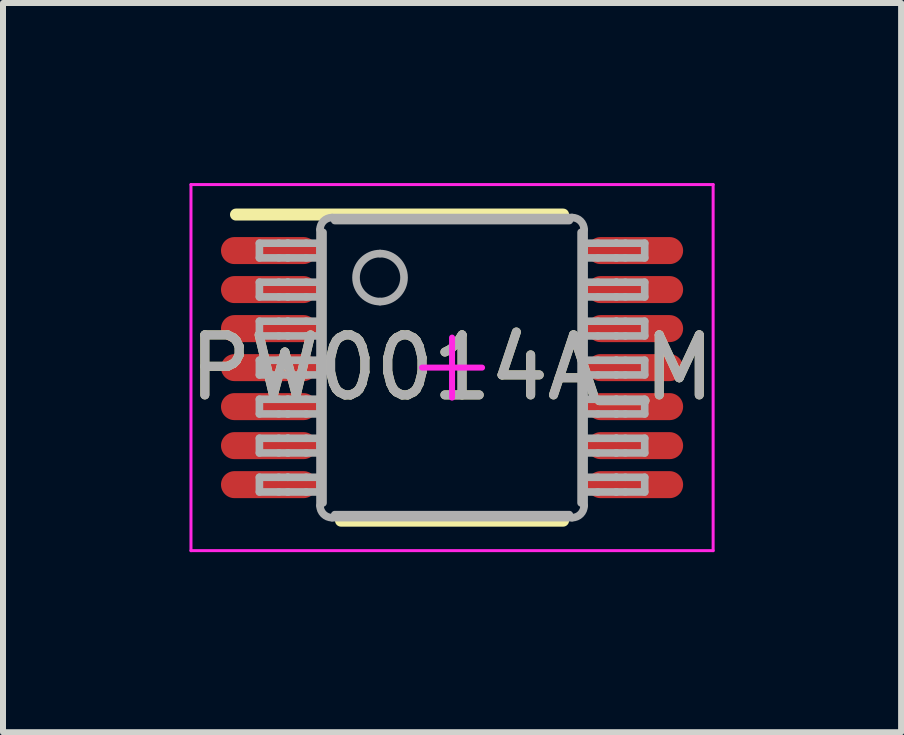
<source format=kicad_pcb>
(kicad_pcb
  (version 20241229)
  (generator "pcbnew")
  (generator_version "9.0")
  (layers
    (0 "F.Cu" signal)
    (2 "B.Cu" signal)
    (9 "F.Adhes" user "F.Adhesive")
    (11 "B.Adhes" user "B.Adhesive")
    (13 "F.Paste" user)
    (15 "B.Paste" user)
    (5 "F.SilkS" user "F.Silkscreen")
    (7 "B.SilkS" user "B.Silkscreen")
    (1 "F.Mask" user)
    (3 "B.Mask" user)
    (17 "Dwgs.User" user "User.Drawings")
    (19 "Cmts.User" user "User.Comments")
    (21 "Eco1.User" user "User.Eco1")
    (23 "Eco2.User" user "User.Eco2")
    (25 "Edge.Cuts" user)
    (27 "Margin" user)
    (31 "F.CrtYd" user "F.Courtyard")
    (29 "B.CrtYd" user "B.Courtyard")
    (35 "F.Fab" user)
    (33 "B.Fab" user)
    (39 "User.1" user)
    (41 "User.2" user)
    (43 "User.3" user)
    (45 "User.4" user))
  (footprint "PW0014A_M"
    (layer "F.Cu")
    (at 4.482 3.075)
    (property "Reference" "PW0014A_M" (at 0 0 0) (unlocked yes) (layer "F.SilkS") (effects (font (size 1 1) (thickness 0.15))))
    (attr smd)
    (fp_line (start -3.6 -2.55) (end 1.85 -2.55) (stroke (width 0.2) (type solid)) (layer "F.SilkS"))
    (fp_line (start -1.85 2.55) (end 1.85 2.55) (stroke (width 0.2) (type solid)) (layer "F.SilkS"))
    (fp_line (start -4.35 -3.05) (end 4.35 -3.05) (stroke (width 0.05) (type solid)) (layer "F.CrtYd"))
    (fp_line (start -4.35 3.05) (end -4.35 -3.05) (stroke (width 0.05) (type solid)) (layer "F.CrtYd"))
    (fp_line (start -4.35 3.05) (end 4.35 3.05) (stroke (width 0.05) (type solid)) (layer "F.CrtYd"))
    (fp_line (start -0.5 0) (end 0.5 0) (stroke (width 0.1) (type solid)) (layer "F.CrtYd"))
    (fp_line (start -0.000003 0.5) (end -0.000003 -0.5) (stroke (width 0.1) (type solid)) (layer "F.CrtYd"))
    (fp_line (start 4.35 3.05) (end 4.35 -3.05) (stroke (width 0.05) (type solid)) (layer "F.CrtYd"))
    (fp_line (start -3.21 -2.073) (end -2.887 -2.073) (stroke (width 0.127) (type solid)) (layer "F.Fab"))
    (fp_line (start -3.21 -1.828) (end -3.21 -2.073) (stroke (width 0.127) (type solid)) (layer "F.Fab"))
    (fp_line (start -3.21 -1.828) (end -2.887 -1.828) (stroke (width 0.127) (type solid)) (layer "F.Fab"))
    (fp_line (start -3.21 -1.423) (end -2.887 -1.423) (stroke (width 0.127) (type solid)) (layer "F.Fab"))
    (fp_line (start -3.21 -1.178) (end -3.21 -1.423) (stroke (width 0.127) (type solid)) (layer "F.Fab"))
    (fp_line (start -3.21 -1.178) (end -2.887 -1.178) (stroke (width 0.127) (type solid)) (layer "F.Fab"))
    (fp_line (start -3.21 -0.773) (end -2.887 -0.773) (stroke (width 0.127) (type solid)) (layer "F.Fab"))
    (fp_line (start -3.21 -0.528) (end -3.21 -0.773) (stroke (width 0.127) (type solid)) (layer "F.Fab"))
    (fp_line (start -3.21 -0.528) (end -2.887 -0.528) (stroke (width 0.127) (type solid)) (layer "F.Fab"))
    (fp_line (start -3.21 -0.123) (end -2.887 -0.123) (stroke (width 0.127) (type solid)) (layer "F.Fab"))
    (fp_line (start -3.21 0.122) (end -3.21 -0.123) (stroke (width 0.127) (type solid)) (layer "F.Fab"))
    (fp_line (start -3.21 0.122) (end -2.887 0.122) (stroke (width 0.127) (type solid)) (layer "F.Fab"))
    (fp_line (start -3.21 0.527) (end -2.887 0.527) (stroke (width 0.127) (type solid)) (layer "F.Fab"))
    (fp_line (start -3.21 0.772) (end -3.21 0.527) (stroke (width 0.127) (type solid)) (layer "F.Fab"))
    (fp_line (start -3.21 0.772) (end -2.887 0.772) (stroke (width 0.127) (type solid)) (layer "F.Fab"))
    (fp_line (start -3.21 1.177) (end -2.887 1.177) (stroke (width 0.127) (type solid)) (layer "F.Fab"))
    (fp_line (start -3.21 1.422) (end -3.21 1.177) (stroke (width 0.127) (type solid)) (layer "F.Fab"))
    (fp_line (start -3.21 1.422) (end -2.887 1.422) (stroke (width 0.127) (type solid)) (layer "F.Fab"))
    (fp_line (start -3.21 1.827) (end -2.887 1.827) (stroke (width 0.127) (type solid)) (layer "F.Fab"))
    (fp_line (start -3.21 2.072) (end -3.21 1.827) (stroke (width 0.127) (type solid)) (layer "F.Fab"))
    (fp_line (start -3.21 2.072) (end -2.887 2.072) (stroke (width 0.127) (type solid)) (layer "F.Fab"))
    (fp_line (start -2.887 -2.073) (end -2.739 -2.073) (stroke (width 0.127) (type solid)) (layer "F.Fab"))
    (fp_line (start -2.887 -1.828) (end -2.739 -1.828) (stroke (width 0.127) (type solid)) (layer "F.Fab"))
    (fp_line (start -2.887 -1.423) (end -2.739 -1.423) (stroke (width 0.127) (type solid)) (layer "F.Fab"))
    (fp_line (start -2.887 -1.178) (end -2.739 -1.178) (stroke (width 0.127) (type solid)) (layer "F.Fab"))
    (fp_line (start -2.887 -0.773) (end -2.739 -0.773) (stroke (width 0.127) (type solid)) (layer "F.Fab"))
    (fp_line (start -2.887 -0.528) (end -2.739 -0.528) (stroke (width 0.127) (type solid)) (layer "F.Fab"))
    (fp_line (start -2.887 -0.123) (end -2.739 -0.123) (stroke (width 0.127) (type solid)) (layer "F.Fab"))
    (fp_line (start -2.887 0.122) (end -2.739 0.122) (stroke (width 0.127) (type solid)) (layer "F.Fab"))
    (fp_line (start -2.887 0.527) (end -2.739 0.527) (stroke (width 0.127) (type solid)) (layer "F.Fab"))
    (fp_line (start -2.887 0.772) (end -2.739 0.772) (stroke (width 0.127) (type solid)) (layer "F.Fab"))
    (fp_line (start -2.887 1.177) (end -2.739 1.177) (stroke (width 0.127) (type solid)) (layer "F.Fab"))
    (fp_line (start -2.887 1.422) (end -2.739 1.422) (stroke (width 0.127) (type solid)) (layer "F.Fab"))
    (fp_line (start -2.887 1.827) (end -2.739 1.827) (stroke (width 0.127) (type solid)) (layer "F.Fab"))
    (fp_line (start -2.887 2.072) (end -2.739 2.072) (stroke (width 0.127) (type solid)) (layer "F.Fab"))
    (fp_line (start -2.739 -2.073) (end -2.733 -2.073) (stroke (width 0.127) (type solid)) (layer "F.Fab"))
    (fp_line (start -2.739 -1.828) (end -2.733 -1.828) (stroke (width 0.127) (type solid)) (layer "F.Fab"))
    (fp_line (start -2.739 -1.423) (end -2.733 -1.423) (stroke (width 0.127) (type solid)) (layer "F.Fab"))
    (fp_line (start -2.739 -1.178) (end -2.733 -1.178) (stroke (width 0.127) (type solid)) (layer "F.Fab"))
    (fp_line (start -2.739 -0.773) (end -2.733 -0.773) (stroke (width 0.127) (type solid)) (layer "F.Fab"))
    (fp_line (start -2.739 -0.528) (end -2.733 -0.528) (stroke (width 0.127) (type solid)) (layer "F.Fab"))
    (fp_line (start -2.739 -0.123) (end -2.733 -0.123) (stroke (width 0.127) (type solid)) (layer "F.Fab"))
    (fp_line (start -2.739 0.122) (end -2.733 0.122) (stroke (width 0.127) (type solid)) (layer "F.Fab"))
    (fp_line (start -2.739 0.527) (end -2.733 0.527) (stroke (width 0.127) (type solid)) (layer "F.Fab"))
    (fp_line (start -2.739 0.772) (end -2.733 0.772) (stroke (width 0.127) (type solid)) (layer "F.Fab"))
    (fp_line (start -2.739 1.177) (end -2.733 1.177) (stroke (width 0.127) (type solid)) (layer "F.Fab"))
    (fp_line (start -2.739 1.422) (end -2.733 1.422) (stroke (width 0.127) (type solid)) (layer "F.Fab"))
    (fp_line (start -2.739 1.827) (end -2.733 1.827) (stroke (width 0.127) (type solid)) (layer "F.Fab"))
    (fp_line (start -2.739 2.072) (end -2.733 2.072) (stroke (width 0.127) (type solid)) (layer "F.Fab"))
    (fp_line (start -2.733 -2.073) (end -2.431 -2.073) (stroke (width 0.127) (type solid)) (layer "F.Fab"))
    (fp_line (start -2.733 -1.828) (end -2.431 -1.828) (stroke (width 0.127) (type solid)) (layer "F.Fab"))
    (fp_line (start -2.733 -1.423) (end -2.431 -1.423) (stroke (width 0.127) (type solid)) (layer "F.Fab"))
    (fp_line (start -2.733 -1.178) (end -2.431 -1.178) (stroke (width 0.127) (type solid)) (layer "F.Fab"))
    (fp_line (start -2.733 -0.773) (end -2.431 -0.773) (stroke (width 0.127) (type solid)) (layer "F.Fab"))
    (fp_line (start -2.733 -0.528) (end -2.431 -0.528) (stroke (width 0.127) (type solid)) (layer "F.Fab"))
    (fp_line (start -2.733 -0.123) (end -2.431 -0.123) (stroke (width 0.127) (type solid)) (layer "F.Fab"))
    (fp_line (start -2.733 0.122) (end -2.431 0.122) (stroke (width 0.127) (type solid)) (layer "F.Fab"))
    (fp_line (start -2.733 0.527) (end -2.431 0.527) (stroke (width 0.127) (type solid)) (layer "F.Fab"))
    (fp_line (start -2.733 0.772) (end -2.431 0.772) (stroke (width 0.127) (type solid)) (layer "F.Fab"))
    (fp_line (start -2.733 1.177) (end -2.431 1.177) (stroke (width 0.127) (type solid)) (layer "F.Fab"))
    (fp_line (start -2.733 1.422) (end -2.431 1.422) (stroke (width 0.127) (type solid)) (layer "F.Fab"))
    (fp_line (start -2.733 1.827) (end -2.431 1.827) (stroke (width 0.127) (type solid)) (layer "F.Fab"))
    (fp_line (start -2.733 2.072) (end -2.431 2.072) (stroke (width 0.127) (type solid)) (layer "F.Fab"))
    (fp_line (start -2.431 -2.073) (end -2.2 -2.073) (stroke (width 0.127) (type solid)) (layer "F.Fab"))
    (fp_line (start -2.431 -1.828) (end -2.2 -1.828) (stroke (width 0.127) (type solid)) (layer "F.Fab"))
    (fp_line (start -2.431 -1.423) (end -2.2 -1.423) (stroke (width 0.127) (type solid)) (layer "F.Fab"))
    (fp_line (start -2.431 -1.178) (end -2.2 -1.178) (stroke (width 0.127) (type solid)) (layer "F.Fab"))
    (fp_line (start -2.431 -0.773) (end -2.2 -0.773) (stroke (width 0.127) (type solid)) (layer "F.Fab"))
    (fp_line (start -2.431 -0.528) (end -2.2 -0.528) (stroke (width 0.127) (type solid)) (layer "F.Fab"))
    (fp_line (start -2.431 -0.123) (end -2.2 -0.123) (stroke (width 0.127) (type solid)) (layer "F.Fab"))
    (fp_line (start -2.431 0.122) (end -2.2 0.122) (stroke (width 0.127) (type solid)) (layer "F.Fab"))
    (fp_line (start -2.431 0.527) (end -2.2 0.527) (stroke (width 0.127) (type solid)) (layer "F.Fab"))
    (fp_line (start -2.431 0.772) (end -2.2 0.772) (stroke (width 0.127) (type solid)) (layer "F.Fab"))
    (fp_line (start -2.431 1.177) (end -2.2 1.177) (stroke (width 0.127) (type solid)) (layer "F.Fab"))
    (fp_line (start -2.431 1.422) (end -2.2 1.422) (stroke (width 0.127) (type solid)) (layer "F.Fab"))
    (fp_line (start -2.431 1.827) (end -2.2 1.827) (stroke (width 0.127) (type solid)) (layer "F.Fab"))
    (fp_line (start -2.431 2.072) (end -2.2 2.072) (stroke (width 0.127) (type solid)) (layer "F.Fab"))
    (fp_line (start -2.2 -1.828) (end -2.2 -2.073) (stroke (width 0.127) (type solid)) (layer "F.Fab"))
    (fp_line (start -2.2 -1.178) (end -2.2 -1.423) (stroke (width 0.127) (type solid)) (layer "F.Fab"))
    (fp_line (start -2.2 -0.528) (end -2.2 -0.773) (stroke (width 0.127) (type solid)) (layer "F.Fab"))
    (fp_line (start -2.2 0.122) (end -2.2 -0.123) (stroke (width 0.127) (type solid)) (layer "F.Fab"))
    (fp_line (start -2.2 0.772) (end -2.2 0.527) (stroke (width 0.127) (type solid)) (layer "F.Fab"))
    (fp_line (start -2.2 1.422) (end -2.2 1.177) (stroke (width 0.127) (type solid)) (layer "F.Fab"))
    (fp_line (start -2.2 2.072) (end -2.2 1.827) (stroke (width 0.127) (type solid)) (layer "F.Fab"))
    (fp_line (start -2.2 2.3) (end -2.2 -2.3) (stroke (width 0.127) (type solid)) (layer "F.Fab"))
    (fp_line (start -2.15 2.254) (end -2.15 -2.254) (stroke (width 0.127) (type solid)) (layer "F.Fab"))
    (fp_line (start -2 -2.5) (end 2 -2.5) (stroke (width 0.127) (type solid)) (layer "F.Fab"))
    (fp_line (start -2 2.5) (end 2 2.5) (stroke (width 0.127) (type solid)) (layer "F.Fab"))
    (fp_line (start -1.954 -2.45) (end 1.954 -2.45) (stroke (width 0.127) (type solid)) (layer "F.Fab"))
    (fp_line (start -1.954 2.45) (end 1.954 2.45) (stroke (width 0.127) (type solid)) (layer "F.Fab"))
    (fp_line (start 2.15 2.254) (end 2.15 -2.254) (stroke (width 0.127) (type solid)) (layer "F.Fab"))
    (fp_line (start 2.2 -2.073) (end 2.43 -2.073) (stroke (width 0.127) (type solid)) (layer "F.Fab"))
    (fp_line (start 2.2 -1.828) (end 2.2 -2.073) (stroke (width 0.127) (type solid)) (layer "F.Fab"))
    (fp_line (start 2.2 -1.828) (end 2.43 -1.828) (stroke (width 0.127) (type solid)) (layer "F.Fab"))
    (fp_line (start 2.2 -1.423) (end 2.43 -1.423) (stroke (width 0.127) (type solid)) (layer "F.Fab"))
    (fp_line (start 2.2 -1.178) (end 2.2 -1.423) (stroke (width 0.127) (type solid)) (layer "F.Fab"))
    (fp_line (start 2.2 -1.178) (end 2.43 -1.178) (stroke (width 0.127) (type solid)) (layer "F.Fab"))
    (fp_line (start 2.2 -0.773) (end 2.43 -0.773) (stroke (width 0.127) (type solid)) (layer "F.Fab"))
    (fp_line (start 2.2 -0.528) (end 2.2 -0.773) (stroke (width 0.127) (type solid)) (layer "F.Fab"))
    (fp_line (start 2.2 -0.528) (end 2.43 -0.528) (stroke (width 0.127) (type solid)) (layer "F.Fab"))
    (fp_line (start 2.2 -0.123) (end 2.43 -0.123) (stroke (width 0.127) (type solid)) (layer "F.Fab"))
    (fp_line (start 2.2 0.122) (end 2.2 -0.123) (stroke (width 0.127) (type solid)) (layer "F.Fab"))
    (fp_line (start 2.2 0.122) (end 2.43 0.122) (stroke (width 0.127) (type solid)) (layer "F.Fab"))
    (fp_line (start 2.2 0.527) (end 2.43 0.527) (stroke (width 0.127) (type solid)) (layer "F.Fab"))
    (fp_line (start 2.2 0.772) (end 2.2 0.527) (stroke (width 0.127) (type solid)) (layer "F.Fab"))
    (fp_line (start 2.2 0.772) (end 2.43 0.772) (stroke (width 0.127) (type solid)) (layer "F.Fab"))
    (fp_line (start 2.2 1.177) (end 2.43 1.177) (stroke (width 0.127) (type solid)) (layer "F.Fab"))
    (fp_line (start 2.2 1.422) (end 2.2 1.177) (stroke (width 0.127) (type solid)) (layer "F.Fab"))
    (fp_line (start 2.2 1.422) (end 2.43 1.422) (stroke (width 0.127) (type solid)) (layer "F.Fab"))
    (fp_line (start 2.2 1.827) (end 2.43 1.827) (stroke (width 0.127) (type solid)) (layer "F.Fab"))
    (fp_line (start 2.2 2.072) (end 2.2 1.827) (stroke (width 0.127) (type solid)) (layer "F.Fab"))
    (fp_line (start 2.2 2.072) (end 2.43 2.072) (stroke (width 0.127) (type solid)) (layer "F.Fab"))
    (fp_line (start 2.2 2.3) (end 2.2 -2.3) (stroke (width 0.127) (type solid)) (layer "F.Fab"))
    (fp_line (start 2.43 -2.073) (end 2.733 -2.073) (stroke (width 0.127) (type solid)) (layer "F.Fab"))
    (fp_line (start 2.43 -1.828) (end 2.733 -1.828) (stroke (width 0.127) (type solid)) (layer "F.Fab"))
    (fp_line (start 2.43 -1.423) (end 2.733 -1.423) (stroke (width 0.127) (type solid)) (layer "F.Fab"))
    (fp_line (start 2.43 -1.178) (end 2.733 -1.178) (stroke (width 0.127) (type solid)) (layer "F.Fab"))
    (fp_line (start 2.43 -0.773) (end 2.733 -0.773) (stroke (width 0.127) (type solid)) (layer "F.Fab"))
    (fp_line (start 2.43 -0.528) (end 2.733 -0.528) (stroke (width 0.127) (type solid)) (layer "F.Fab"))
    (fp_line (start 2.43 -0.123) (end 2.733 -0.123) (stroke (width 0.127) (type solid)) (layer "F.Fab"))
    (fp_line (start 2.43 0.122) (end 2.733 0.122) (stroke (width 0.127) (type solid)) (layer "F.Fab"))
    (fp_line (start 2.43 0.527) (end 2.733 0.527) (stroke (width 0.127) (type solid)) (layer "F.Fab"))
    (fp_line (start 2.43 0.772) (end 2.733 0.772) (stroke (width 0.127) (type solid)) (layer "F.Fab"))
    (fp_line (start 2.43 1.177) (end 2.733 1.177) (stroke (width 0.127) (type solid)) (layer "F.Fab"))
    (fp_line (start 2.43 1.422) (end 2.733 1.422) (stroke (width 0.127) (type solid)) (layer "F.Fab"))
    (fp_line (start 2.43 1.827) (end 2.733 1.827) (stroke (width 0.127) (type solid)) (layer "F.Fab"))
    (fp_line (start 2.43 2.072) (end 2.733 2.072) (stroke (width 0.127) (type solid)) (layer "F.Fab"))
    (fp_line (start 2.733 -2.073) (end 2.739 -2.073) (stroke (width 0.127) (type solid)) (layer "F.Fab"))
    (fp_line (start 2.733 -1.828) (end 2.739 -1.828) (stroke (width 0.127) (type solid)) (layer "F.Fab"))
    (fp_line (start 2.733 -1.423) (end 2.739 -1.423) (stroke (width 0.127) (type solid)) (layer "F.Fab"))
    (fp_line (start 2.733 -1.178) (end 2.739 -1.178) (stroke (width 0.127) (type solid)) (layer "F.Fab"))
    (fp_line (start 2.733 -0.773) (end 2.739 -0.773) (stroke (width 0.127) (type solid)) (layer "F.Fab"))
    (fp_line (start 2.733 -0.528) (end 2.739 -0.528) (stroke (width 0.127) (type solid)) (layer "F.Fab"))
    (fp_line (start 2.733 -0.123) (end 2.739 -0.123) (stroke (width 0.127) (type solid)) (layer "F.Fab"))
    (fp_line (start 2.733 0.122) (end 2.739 0.122) (stroke (width 0.127) (type solid)) (layer "F.Fab"))
    (fp_line (start 2.733 0.527) (end 2.739 0.527) (stroke (width 0.127) (type solid)) (layer "F.Fab"))
    (fp_line (start 2.733 0.772) (end 2.739 0.772) (stroke (width 0.127) (type solid)) (layer "F.Fab"))
    (fp_line (start 2.733 1.177) (end 2.739 1.177) (stroke (width 0.127) (type solid)) (layer "F.Fab"))
    (fp_line (start 2.733 1.422) (end 2.739 1.422) (stroke (width 0.127) (type solid)) (layer "F.Fab"))
    (fp_line (start 2.733 1.827) (end 2.739 1.827) (stroke (width 0.127) (type solid)) (layer "F.Fab"))
    (fp_line (start 2.733 2.072) (end 2.739 2.072) (stroke (width 0.127) (type solid)) (layer "F.Fab"))
    (fp_line (start 2.739 -2.073) (end 2.887 -2.073) (stroke (width 0.127) (type solid)) (layer "F.Fab"))
    (fp_line (start 2.739 -1.828) (end 2.887 -1.828) (stroke (width 0.127) (type solid)) (layer "F.Fab"))
    (fp_line (start 2.739 -1.423) (end 2.887 -1.423) (stroke (width 0.127) (type solid)) (layer "F.Fab"))
    (fp_line (start 2.739 -1.178) (end 2.887 -1.178) (stroke (width 0.127) (type solid)) (layer "F.Fab"))
    (fp_line (start 2.739 -0.773) (end 2.887 -0.773) (stroke (width 0.127) (type solid)) (layer "F.Fab"))
    (fp_line (start 2.739 -0.528) (end 2.887 -0.528) (stroke (width 0.127) (type solid)) (layer "F.Fab"))
    (fp_line (start 2.739 -0.123) (end 2.887 -0.123) (stroke (width 0.127) (type solid)) (layer "F.Fab"))
    (fp_line (start 2.739 0.122) (end 2.887 0.122) (stroke (width 0.127) (type solid)) (layer "F.Fab"))
    (fp_line (start 2.739 0.527) (end 2.887 0.527) (stroke (width 0.127) (type solid)) (layer "F.Fab"))
    (fp_line (start 2.739 0.772) (end 2.887 0.772) (stroke (width 0.127) (type solid)) (layer "F.Fab"))
    (fp_line (start 2.739 1.177) (end 2.887 1.177) (stroke (width 0.127) (type solid)) (layer "F.Fab"))
    (fp_line (start 2.739 1.422) (end 2.887 1.422) (stroke (width 0.127) (type solid)) (layer "F.Fab"))
    (fp_line (start 2.739 1.827) (end 2.887 1.827) (stroke (width 0.127) (type solid)) (layer "F.Fab"))
    (fp_line (start 2.739 2.072) (end 2.887 2.072) (stroke (width 0.127) (type solid)) (layer "F.Fab"))
    (fp_line (start 2.887 -2.073) (end 3.21 -2.073) (stroke (width 0.127) (type solid)) (layer "F.Fab"))
    (fp_line (start 2.887 -1.828) (end 3.21 -1.828) (stroke (width 0.127) (type solid)) (layer "F.Fab"))
    (fp_line (start 2.887 -1.423) (end 3.21 -1.423) (stroke (width 0.127) (type solid)) (layer "F.Fab"))
    (fp_line (start 2.887 -1.178) (end 3.21 -1.178) (stroke (width 0.127) (type solid)) (layer "F.Fab"))
    (fp_line (start 2.887 -0.773) (end 3.21 -0.773) (stroke (width 0.127) (type solid)) (layer "F.Fab"))
    (fp_line (start 2.887 -0.528) (end 3.21 -0.528) (stroke (width 0.127) (type solid)) (layer "F.Fab"))
    (fp_line (start 2.887 -0.123) (end 3.21 -0.123) (stroke (width 0.127) (type solid)) (layer "F.Fab"))
    (fp_line (start 2.887 0.122) (end 3.21 0.122) (stroke (width 0.127) (type solid)) (layer "F.Fab"))
    (fp_line (start 2.887 0.527) (end 3.21 0.527) (stroke (width 0.127) (type solid)) (layer "F.Fab"))
    (fp_line (start 2.887 0.772) (end 3.21 0.772) (stroke (width 0.127) (type solid)) (layer "F.Fab"))
    (fp_line (start 2.887 1.177) (end 3.21 1.177) (stroke (width 0.127) (type solid)) (layer "F.Fab"))
    (fp_line (start 2.887 1.422) (end 3.21 1.422) (stroke (width 0.127) (type solid)) (layer "F.Fab"))
    (fp_line (start 2.887 1.827) (end 3.21 1.827) (stroke (width 0.127) (type solid)) (layer "F.Fab"))
    (fp_line (start 2.887 2.072) (end 3.21 2.072) (stroke (width 0.127) (type solid)) (layer "F.Fab"))
    (fp_line (start 3.21 -1.828) (end 3.21 -2.073) (stroke (width 0.127) (type solid)) (layer "F.Fab"))
    (fp_line (start 3.21 -1.178) (end 3.21 -1.423) (stroke (width 0.127) (type solid)) (layer "F.Fab"))
    (fp_line (start 3.21 -0.528) (end 3.21 -0.773) (stroke (width 0.127) (type solid)) (layer "F.Fab"))
    (fp_line (start 3.21 0.122) (end 3.21 -0.123) (stroke (width 0.127) (type solid)) (layer "F.Fab"))
    (fp_line (start 3.21 0.772) (end 3.21 0.527) (stroke (width 0.127) (type solid)) (layer "F.Fab"))
    (fp_line (start 3.21 1.422) (end 3.21 1.177) (stroke (width 0.127) (type solid)) (layer "F.Fab"))
    (fp_line (start 3.21 2.072) (end 3.21 1.827) (stroke (width 0.127) (type solid)) (layer "F.Fab"))
    (fp_arc (start -2.200001 -2.3) (mid -2.141422 -2.441421) (end -2.000001 -2.5) (stroke (width 0.127) (type solid)) (layer "F.Fab"))
    (fp_arc (start -2.000001 2.49999) (mid -2.141422 2.441412) (end -2.200001 2.29999) (stroke (width 0.127) (type solid)) (layer "F.Fab"))
    (fp_arc (start -1.200003 -1.900001) (mid -0.800003 -1.500002) (end -1.200003 -1.100003) (stroke (width 0.127) (type solid)) (layer "F.Fab"))
    (fp_arc (start -1.200003 -1.100003) (mid -1.600002 -1.500002) (end -1.200003 -1.900001) (stroke (width 0.127) (type solid)) (layer "F.Fab"))
    (fp_arc (start 1.999991 -2.5) (mid 2.141412 -2.441422) (end 2.199991 -2.3) (stroke (width 0.127) (type solid)) (layer "F.Fab"))
    (fp_arc (start 2.199991 2.29999) (mid 2.141412 2.441411) (end 1.999991 2.49999) (stroke (width 0.127) (type solid)) (layer "F.Fab"))
    (fp_text user "${REFERENCE}" (at 0 0 0) (unlocked yes) (layer "F.Fab") (effects (font (size 1 1) (thickness 0.15))))
    (pad "1" smd oval (at -3.05 -1.95 90) (size 0.45 1.6) (layers "F.Cu" "F.Mask" "F.Paste"))
    (pad "2" smd oval (at -3.05 -1.3 90) (size 0.45 1.6) (layers "F.Cu" "F.Mask" "F.Paste"))
    (pad "3" smd oval (at -3.05 -0.65 90) (size 0.45 1.6) (layers "F.Cu" "F.Mask" "F.Paste"))
    (pad "4" smd oval (at -3.05 0 90) (size 0.45 1.6) (layers "F.Cu" "F.Mask" "F.Paste"))
    (pad "5" smd oval (at -3.05 0.65 90) (size 0.45 1.6) (layers "F.Cu" "F.Mask" "F.Paste"))
    (pad "6" smd oval (at -3.05 1.3 90) (size 0.45 1.6) (layers "F.Cu" "F.Mask" "F.Paste"))
    (pad "7" smd oval (at -3.05 1.95 90) (size 0.45 1.6) (layers "F.Cu" "F.Mask" "F.Paste"))
    (pad "8" smd oval (at 3.05 1.95 90) (size 0.45 1.6) (layers "F.Cu" "F.Mask" "F.Paste"))
    (pad "9" smd oval (at 3.05 1.3 90) (size 0.45 1.6) (layers "F.Cu" "F.Mask" "F.Paste"))
    (pad "10" smd oval (at 3.05 0.65 90) (size 0.45 1.6) (layers "F.Cu" "F.Mask" "F.Paste"))
    (pad "11" smd oval (at 3.05 0 90) (size 0.45 1.6) (layers "F.Cu" "F.Mask" "F.Paste"))
    (pad "12" smd oval (at 3.05 -0.65 90) (size 0.45 1.6) (layers "F.Cu" "F.Mask" "F.Paste"))
    (pad "13" smd oval (at 3.05 -1.3 90) (size 0.45 1.6) (layers "F.Cu" "F.Mask" "F.Paste"))
    (pad "14" smd oval (at 3.05 -1.95 90) (size 0.45 1.6) (layers "F.Cu" "F.Mask" "F.Paste")))
  (gr_rect
    (start -3 -3)
    (end 11.964 9.15)
    (stroke (width 0.1) (type default))
    (fill no)
    (layer "Edge.Cuts")))
</source>
